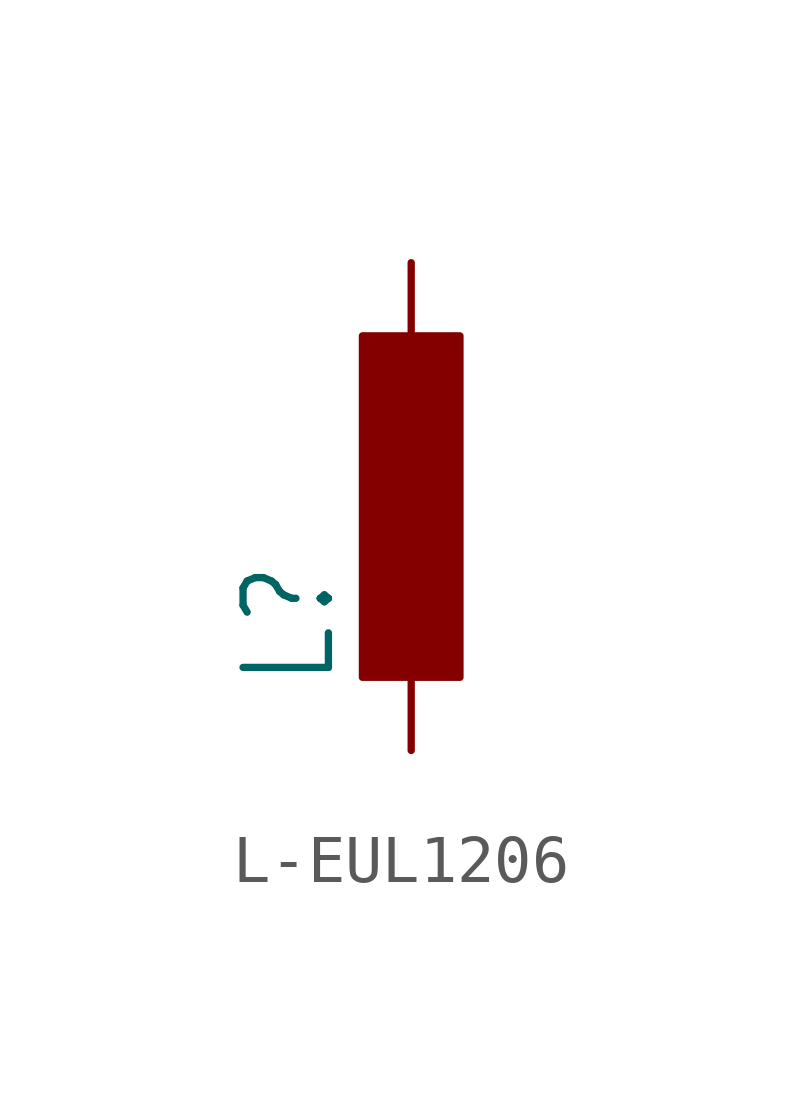
<source format=kicad_sym>
(kicad_symbol_lib
  (version 20241209)
  (generator "kicad_symbol_editor")
  (generator_version "9.0")
  (symbol "L-EUL1206"
    (property "Reference" "L"
      (at -1.499 -3.81 90)
      (effects (font (size 1.778 1.511)) (justify left bottom)))
    (property "Value" ""
      (at 3.302 -3.81 90)
      (effects (font (size 1.778 1.511)) (justify left bottom)))
    (property "ki_locked" ""
      (at 0 0 0)
      (effects (font (size 1.27 1.27))))
    (symbol "L-EUL1206_1_0"
      (rectangle (start -1.016 -3.556) (end 1.016 3.556) (stroke (width 0) (type default)) (fill (type outline)))
      (pin passive line (at 0 5.08 270) (length 2.54) (name "1" (effects (font (size 0 0)))) (number "1" (effects (font (size 0 0)))))
      (pin passive line (at 0 -5.08 90) (length 2.54) (name "2" (effects (font (size 0 0)))) (number "2" (effects (font (size 0 0))))))))
</source>
